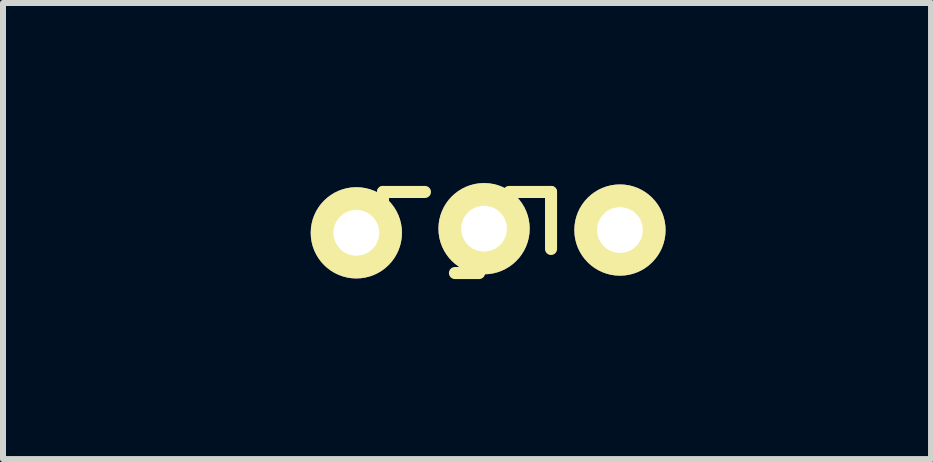
<source format=kicad_pcb>
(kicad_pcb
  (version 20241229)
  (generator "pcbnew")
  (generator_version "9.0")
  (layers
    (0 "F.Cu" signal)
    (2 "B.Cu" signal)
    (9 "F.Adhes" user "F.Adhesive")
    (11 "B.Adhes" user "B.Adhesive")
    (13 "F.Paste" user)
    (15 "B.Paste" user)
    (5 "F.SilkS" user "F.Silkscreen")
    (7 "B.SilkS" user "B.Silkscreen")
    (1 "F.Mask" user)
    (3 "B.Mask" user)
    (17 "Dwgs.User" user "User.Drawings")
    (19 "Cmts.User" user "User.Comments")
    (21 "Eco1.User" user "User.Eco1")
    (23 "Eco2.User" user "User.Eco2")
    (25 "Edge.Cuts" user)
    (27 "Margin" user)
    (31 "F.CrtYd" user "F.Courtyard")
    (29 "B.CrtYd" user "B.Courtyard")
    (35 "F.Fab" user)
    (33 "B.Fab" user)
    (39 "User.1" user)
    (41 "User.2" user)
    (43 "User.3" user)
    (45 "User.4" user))
  (footprint "throughhole_TRANSISTOR"
    (layer "F.Cu")
    (at 4.731 0.849)
    (property "Reference" "throughhole_TRANSISTOR" (at 0 0 0) (layer "Eco1.User") (effects (font (size 0.5 0.5) (thickness 0.1))))
    (attr smd)
    (fp_line (start -1.4 -0.701) (end -1.4 0.249) (stroke (width 0.201) (type solid)) (layer "F.SilkS"))
    (fp_line (start -1.4 -0.701) (end -0.701 -0.701) (stroke (width 0.201) (type solid)) (layer "F.SilkS"))
    (fp_line (start -0.201 0.65) (end 0.201 0.65) (stroke (width 0.201) (type solid)) (layer "F.SilkS"))
    (fp_line (start 1.4 -0.701) (end 0.701 -0.701) (stroke (width 0.201) (type solid)) (layer "F.SilkS"))
    (fp_line (start 1.4 -0.701) (end 1.4 0.249) (stroke (width 0.201) (type solid)) (layer "F.SilkS"))
    (pad "B" thru_hole circle (at 0.284 -0.089) (size 1.52 1.52) (drill 0.762) (layers "*.Cu" "*.Mask" "F.SilkS"))
    (pad "C" thru_hole circle (at 2.548 -0.066) (size 1.52 1.52) (drill 0.762) (layers "*.Cu" "*.Mask" "F.SilkS"))
    (pad "E" thru_hole circle (at -1.844 -0.02) (size 1.52 1.52) (drill 0.762) (layers "*.Cu" "*.Mask" "F.SilkS")))
  (gr_rect
    (start -3 -3)
    (end 12.462 4.599)
    (stroke (width 0.1) (type default))
    (fill no)
    (layer "Edge.Cuts")))
</source>
